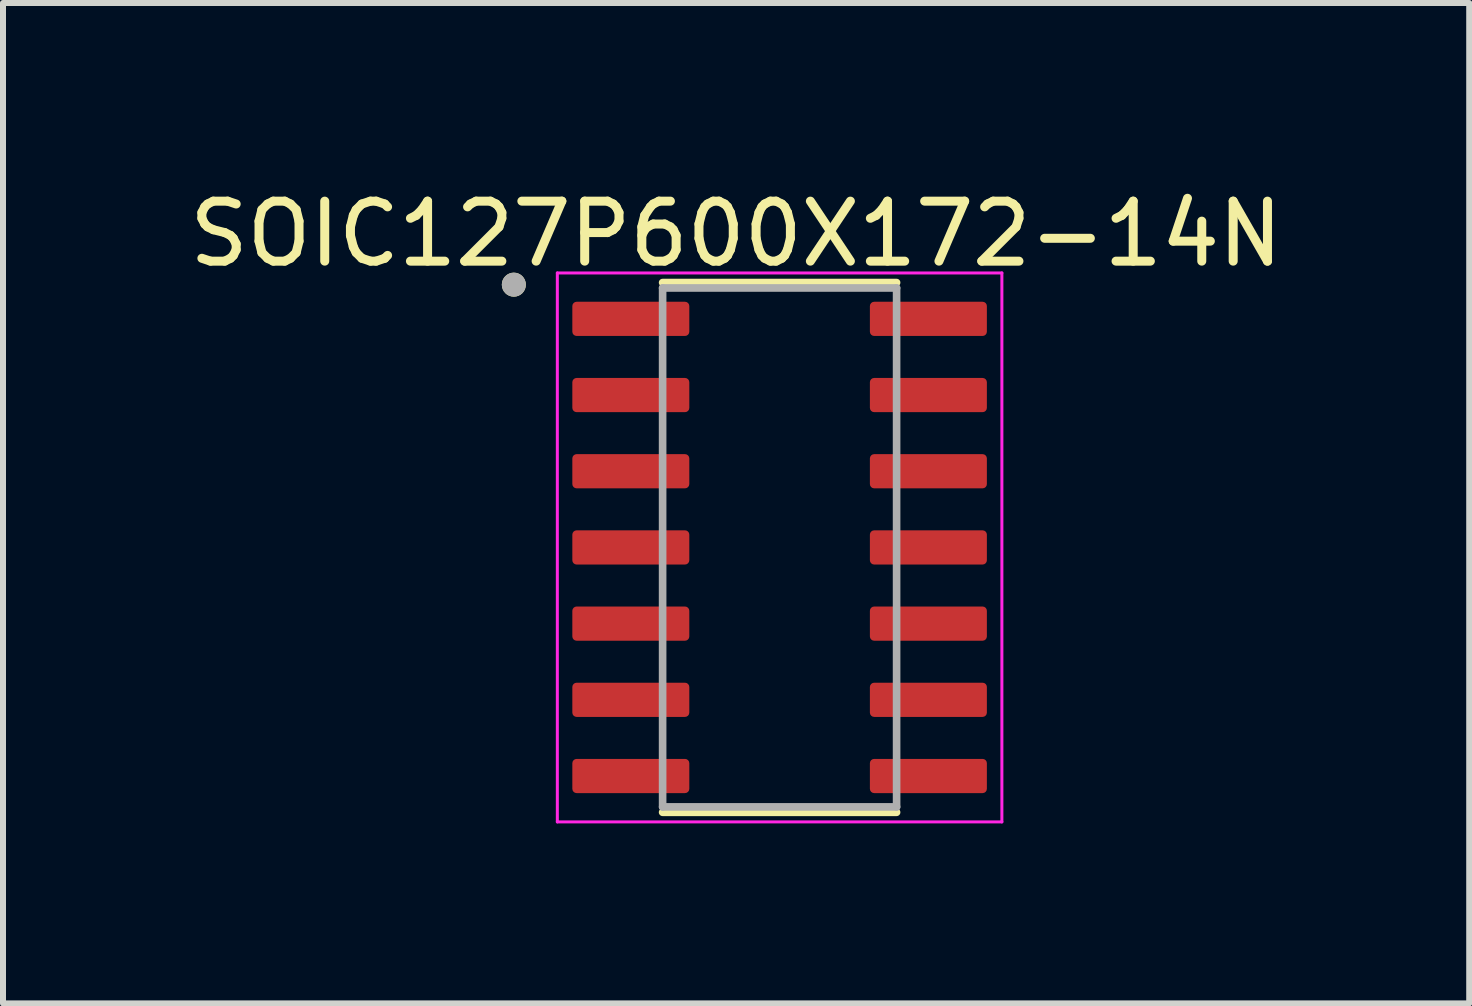
<source format=kicad_pcb>
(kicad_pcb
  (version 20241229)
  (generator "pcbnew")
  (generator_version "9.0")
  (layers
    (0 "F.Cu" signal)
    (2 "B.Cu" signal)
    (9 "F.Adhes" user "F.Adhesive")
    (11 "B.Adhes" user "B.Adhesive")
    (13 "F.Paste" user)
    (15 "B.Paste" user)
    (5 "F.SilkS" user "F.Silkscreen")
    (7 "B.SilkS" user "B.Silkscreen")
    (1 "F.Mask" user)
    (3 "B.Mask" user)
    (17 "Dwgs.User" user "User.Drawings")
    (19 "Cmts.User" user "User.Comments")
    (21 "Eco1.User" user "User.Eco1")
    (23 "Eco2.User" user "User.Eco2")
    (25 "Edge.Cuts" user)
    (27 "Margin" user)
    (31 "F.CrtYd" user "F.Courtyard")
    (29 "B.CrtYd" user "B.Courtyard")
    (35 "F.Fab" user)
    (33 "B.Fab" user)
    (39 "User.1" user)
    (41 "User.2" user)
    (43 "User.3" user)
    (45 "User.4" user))
  (footprint "SOIC127P600X172-14N"
    (layer "F.Cu")
    (at 9.945 6.075)
    (property "Reference" "SOIC127P600X172-14N" (at -0.725 -5.227 0) (layer "F.SilkS") (effects (font (size 1 1) (thickness 0.15))))
    (attr smd)
    (fp_line (start -1.95 -4.415) (end 1.95 -4.415) (stroke (width 0.127) (type solid)) (layer "F.SilkS"))
    (fp_line (start -1.95 4.415) (end 1.95 4.415) (stroke (width 0.127) (type solid)) (layer "F.SilkS"))
    (fp_circle (center -4.43 -4.38) (end -4.33 -4.38) (stroke (width 0.2) (type solid)) (fill no) (layer "F.SilkS"))
    (fp_line (start -3.705 -4.575) (end -3.705 4.575) (stroke (width 0.05) (type solid)) (layer "F.CrtYd"))
    (fp_line (start -3.705 -4.575) (end 3.705 -4.575) (stroke (width 0.05) (type solid)) (layer "F.CrtYd"))
    (fp_line (start -3.705 4.575) (end 3.705 4.575) (stroke (width 0.05) (type solid)) (layer "F.CrtYd"))
    (fp_line (start 3.705 -4.575) (end 3.705 4.575) (stroke (width 0.05) (type solid)) (layer "F.CrtYd"))
    (fp_line (start -1.95 -4.325) (end -1.95 4.325) (stroke (width 0.127) (type solid)) (layer "F.Fab"))
    (fp_line (start -1.95 -4.325) (end 1.95 -4.325) (stroke (width 0.127) (type solid)) (layer "F.Fab"))
    (fp_line (start -1.95 4.325) (end 1.95 4.325) (stroke (width 0.127) (type solid)) (layer "F.Fab"))
    (fp_line (start 1.95 -4.325) (end 1.95 4.325) (stroke (width 0.127) (type solid)) (layer "F.Fab"))
    (fp_circle (center -4.43 -4.38) (end -4.33 -4.38) (stroke (width 0.2) (type solid)) (fill no) (layer "F.Fab"))
    (pad "1" smd roundrect (at -2.48 -3.81) (size 1.95 0.57) (layers "F.Cu" "F.Mask" "F.Paste") (roundrect_rratio 0.125))
    (pad "2" smd roundrect (at -2.48 -2.54) (size 1.95 0.57) (layers "F.Cu" "F.Mask" "F.Paste") (roundrect_rratio 0.125))
    (pad "3" smd roundrect (at -2.48 -1.27) (size 1.95 0.57) (layers "F.Cu" "F.Mask" "F.Paste") (roundrect_rratio 0.125))
    (pad "4" smd roundrect (at -2.48 0) (size 1.95 0.57) (layers "F.Cu" "F.Mask" "F.Paste") (roundrect_rratio 0.125))
    (pad "5" smd roundrect (at -2.48 1.27) (size 1.95 0.57) (layers "F.Cu" "F.Mask" "F.Paste") (roundrect_rratio 0.125))
    (pad "6" smd roundrect (at -2.48 2.54) (size 1.95 0.57) (layers "F.Cu" "F.Mask" "F.Paste") (roundrect_rratio 0.125))
    (pad "7" smd roundrect (at -2.48 3.81) (size 1.95 0.57) (layers "F.Cu" "F.Mask" "F.Paste") (roundrect_rratio 0.125))
    (pad "8" smd roundrect (at 2.48 3.81) (size 1.95 0.57) (layers "F.Cu" "F.Mask" "F.Paste") (roundrect_rratio 0.125))
    (pad "9" smd roundrect (at 2.48 2.54) (size 1.95 0.57) (layers "F.Cu" "F.Mask" "F.Paste") (roundrect_rratio 0.125))
    (pad "10" smd roundrect (at 2.48 1.27) (size 1.95 0.57) (layers "F.Cu" "F.Mask" "F.Paste") (roundrect_rratio 0.125))
    (pad "11" smd roundrect (at 2.48 0) (size 1.95 0.57) (layers "F.Cu" "F.Mask" "F.Paste") (roundrect_rratio 0.125))
    (pad "12" smd roundrect (at 2.48 -1.27) (size 1.95 0.57) (layers "F.Cu" "F.Mask" "F.Paste") (roundrect_rratio 0.125))
    (pad "13" smd roundrect (at 2.48 -2.54) (size 1.95 0.57) (layers "F.Cu" "F.Mask" "F.Paste") (roundrect_rratio 0.125))
    (pad "14" smd roundrect (at 2.48 -3.81) (size 1.95 0.57) (layers "F.Cu" "F.Mask" "F.Paste") (roundrect_rratio 0.125)))
  (gr_rect
    (start -3 -3)
    (end 21.44 13.675)
    (stroke (width 0.1) (type default))
    (fill no)
    (layer "Edge.Cuts")))
</source>
